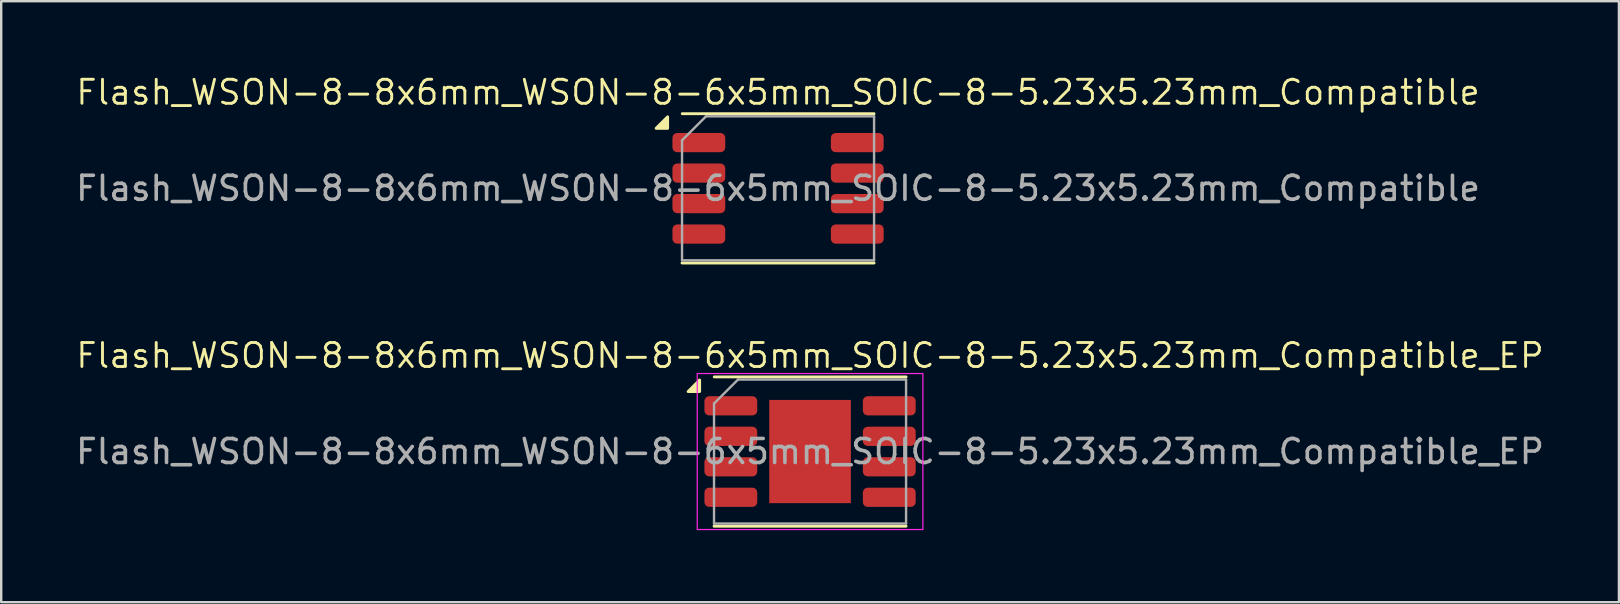
<source format=kicad_pcb>
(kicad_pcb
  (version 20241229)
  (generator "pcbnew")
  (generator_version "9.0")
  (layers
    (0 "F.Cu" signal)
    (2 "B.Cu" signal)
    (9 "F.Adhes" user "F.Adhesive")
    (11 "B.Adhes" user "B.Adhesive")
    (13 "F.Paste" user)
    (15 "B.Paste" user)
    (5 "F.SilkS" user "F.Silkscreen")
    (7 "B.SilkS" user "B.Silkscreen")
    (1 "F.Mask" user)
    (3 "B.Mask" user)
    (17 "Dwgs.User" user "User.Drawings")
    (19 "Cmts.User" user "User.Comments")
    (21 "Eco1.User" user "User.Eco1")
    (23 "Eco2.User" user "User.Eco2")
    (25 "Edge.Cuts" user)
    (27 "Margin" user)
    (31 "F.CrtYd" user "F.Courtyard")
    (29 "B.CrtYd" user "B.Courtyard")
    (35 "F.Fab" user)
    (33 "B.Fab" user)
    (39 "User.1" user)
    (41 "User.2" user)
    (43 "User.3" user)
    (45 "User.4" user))
  (footprint "Flash_WSON-8-8x6mm_WSON-8-6x5mm_SOIC-8-5.23x5.23mm_Compatible_EP"
    (layer "F.Cu")
    (at 30.696 15.761)
    (property "Reference" "Flash_WSON-8-8x6mm_WSON-8-6x5mm_SOIC-8-5.23x5.23mm_Compatible_EP" (at 0 -4 0) (unlocked yes) (layer "F.SilkS") (effects (font (size 1 1) (thickness 0.12))))
    (attr smd)
    (fp_line (start -4 3.11) (end 4 3.11) (stroke (width 0.12) (type solid)) (layer "F.SilkS"))
    (fp_line (start -3.99 -3.11) (end 4 -3.11) (stroke (width 0.12) (type solid)) (layer "F.SilkS"))
    (fp_poly (pts (xy -4.6 -2.5) (xy -5.08 -2.5) (xy -4.6 -2.98) (xy -4.6 -2.5)) (stroke (width 0.12) (type solid)) (fill yes) (layer "F.SilkS"))
    (fp_rect (start -4.7 -3.25) (end 4.7 3.25) (stroke (width 0.05) (type default)) (fill no) (layer "F.CrtYd"))
    (fp_line (start -4 -2) (end -3 -3) (stroke (width 0.1) (type solid)) (layer "F.Fab"))
    (fp_line (start -4 3) (end -4 -2) (stroke (width 0.1) (type solid)) (layer "F.Fab"))
    (fp_line (start -3 -3) (end 4 -3) (stroke (width 0.1) (type solid)) (layer "F.Fab"))
    (fp_line (start 4 -3) (end 4 3) (stroke (width 0.1) (type solid)) (layer "F.Fab"))
    (fp_line (start 4 3) (end -4 3) (stroke (width 0.1) (type solid)) (layer "F.Fab"))
    (fp_text user "${REFERENCE}" (at 0 0 0) (unlocked yes) (layer "F.Fab") (effects (font (size 1 1) (thickness 0.15))))
    (pad "" smd roundrect (at -0.85 -1.075) (size 1.37 1.73) (layers "F.Paste") (roundrect_rratio 0.182))
    (pad "" smd roundrect (at -0.85 1.075) (size 1.37 1.73) (layers "F.Paste") (roundrect_rratio 0.182))
    (pad "" smd roundrect (at 0.85 -1.075) (size 1.37 1.73) (layers "F.Paste") (roundrect_rratio 0.182))
    (pad "" smd roundrect (at 0.85 1.075) (size 1.37 1.73) (layers "F.Paste") (roundrect_rratio 0.182))
    (pad "1" smd roundrect (at -3.3 -1.905) (size 2.2 0.8) (layers "F.Cu" "F.Mask" "F.Paste") (roundrect_rratio 0.25))
    (pad "2" smd roundrect (at -3.3 -0.635) (size 2.2 0.8) (layers "F.Cu" "F.Mask" "F.Paste") (roundrect_rratio 0.25))
    (pad "3" smd roundrect (at -3.3 0.635) (size 2.2 0.8) (layers "F.Cu" "F.Mask" "F.Paste") (roundrect_rratio 0.25))
    (pad "4" smd roundrect (at -3.3 1.905) (size 2.2 0.8) (layers "F.Cu" "F.Mask" "F.Paste") (roundrect_rratio 0.25))
    (pad "5" smd roundrect (at 3.3 1.905) (size 2.2 0.8) (layers "F.Cu" "F.Mask" "F.Paste") (roundrect_rratio 0.25))
    (pad "6" smd roundrect (at 3.3 0.635) (size 2.2 0.8) (layers "F.Cu" "F.Mask" "F.Paste") (roundrect_rratio 0.25))
    (pad "7" smd roundrect (at 3.3 -0.635) (size 2.2 0.8) (layers "F.Cu" "F.Mask" "F.Paste") (roundrect_rratio 0.25))
    (pad "8" smd roundrect (at 3.3 -1.905) (size 2.2 0.8) (layers "F.Cu" "F.Mask" "F.Paste") (roundrect_rratio 0.25))
    (pad "9" smd rect (at 0 0) (size 3.4 4.3) (property pad_prop_heatsink) (layers "F.Cu" "F.Mask")))
  (footprint "Flash_WSON-8-8x6mm_WSON-8-6x5mm_SOIC-8-5.23x5.23mm_Compatible"
    (layer "F.Cu")
    (at 29.363 4.796)
    (property "Reference" "Flash_WSON-8-8x6mm_WSON-8-6x5mm_SOIC-8-5.23x5.23mm_Compatible" (at 0 -4 0) (unlocked yes) (layer "F.SilkS") (effects (font (size 1 1) (thickness 0.12))))
    (attr smd)
    (fp_line (start -4 3.11) (end 4 3.11) (stroke (width 0.12) (type solid)) (layer "F.SilkS"))
    (fp_line (start -3.99 -3.11) (end 4 -3.11) (stroke (width 0.12) (type solid)) (layer "F.SilkS"))
    (fp_poly (pts (xy -4.6 -2.5) (xy -5.08 -2.5) (xy -4.6 -2.98) (xy -4.6 -2.5)) (stroke (width 0.12) (type solid)) (fill yes) (layer "F.SilkS"))
    (fp_line (start -4 -2) (end -3 -3) (stroke (width 0.1) (type solid)) (layer "F.Fab"))
    (fp_line (start -4 3) (end -4 -2) (stroke (width 0.1) (type solid)) (layer "F.Fab"))
    (fp_line (start -3 -3) (end 4 -3) (stroke (width 0.1) (type solid)) (layer "F.Fab"))
    (fp_line (start 4 -3) (end 4 3) (stroke (width 0.1) (type solid)) (layer "F.Fab"))
    (fp_line (start 4 3) (end -4 3) (stroke (width 0.1) (type solid)) (layer "F.Fab"))
    (fp_text user "${REFERENCE}" (at 0 0 0) (unlocked yes) (layer "F.Fab") (effects (font (size 1 1) (thickness 0.15))))
    (pad "1" smd roundrect (at -3.3 -1.905) (size 2.2 0.8) (layers "F.Cu" "F.Mask" "F.Paste") (roundrect_rratio 0.25))
    (pad "2" smd roundrect (at -3.3 -0.635) (size 2.2 0.8) (layers "F.Cu" "F.Mask" "F.Paste") (roundrect_rratio 0.25))
    (pad "3" smd roundrect (at -3.3 0.635) (size 2.2 0.8) (layers "F.Cu" "F.Mask" "F.Paste") (roundrect_rratio 0.25))
    (pad "4" smd roundrect (at -3.3 1.905) (size 2.2 0.8) (layers "F.Cu" "F.Mask" "F.Paste") (roundrect_rratio 0.25))
    (pad "5" smd roundrect (at 3.3 1.905) (size 2.2 0.8) (layers "F.Cu" "F.Mask" "F.Paste") (roundrect_rratio 0.25))
    (pad "6" smd roundrect (at 3.3 0.635) (size 2.2 0.8) (layers "F.Cu" "F.Mask" "F.Paste") (roundrect_rratio 0.25))
    (pad "7" smd roundrect (at 3.3 -0.635) (size 2.2 0.8) (layers "F.Cu" "F.Mask" "F.Paste") (roundrect_rratio 0.25))
    (pad "8" smd roundrect (at 3.3 -1.905) (size 2.2 0.8) (layers "F.Cu" "F.Mask" "F.Paste") (roundrect_rratio 0.25)))
  (gr_rect
    (start -3 -3)
    (end 64.393 22.036)
    (stroke (width 0.1) (type default))
    (fill no)
    (layer "Edge.Cuts")))
</source>
